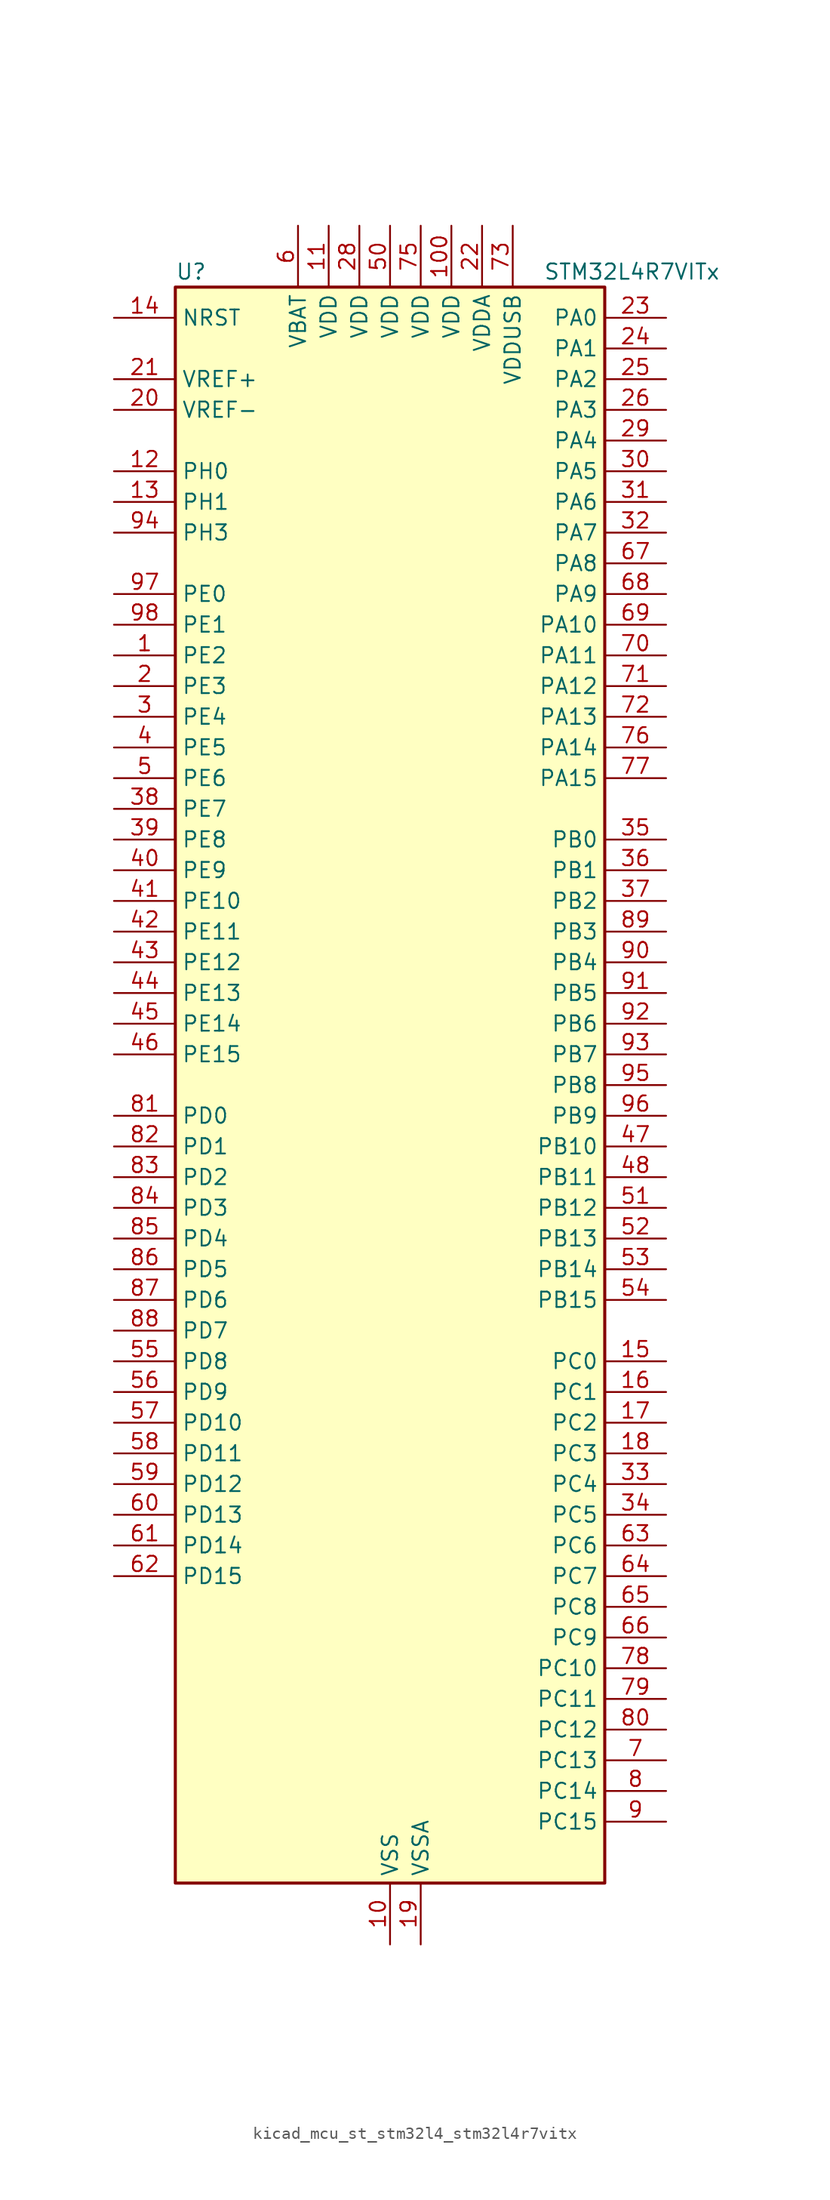
<source format=kicad_sym>
(kicad_symbol_lib
  (version 20220914)
  (generator kicad_symbol_editor)
  (symbol "kicad_mcu_st_stm32l4_stm32l4r7vitx"
    (property "Reference" "U"
      (at -17.78 67.31 0)
      (effects (font (size 1.27 1.27)) (justify left)))
    (property "Value" "STM32L4R7VITx"
      (at 12.7 67.31 0)
      (effects (font (size 1.27 1.27)) (justify left)))
    (property "ki_locked" ""
      (at 0 0 0)
      (effects (font (size 1.27 1.27))))
    (symbol "kicad_mcu_st_stm32l4_stm32l4r7vitx_0_1"
      (rectangle (start -17.78 -66.04) (end 17.78 66.04) (stroke (width 0.254) (type default)) (fill (type background))))
    (symbol "kicad_mcu_st_stm32l4_stm32l4r7vitx_1_1"
      (pin bidirectional line (at -22.86 35.56 0) (length 5.08) (name "PE2" (effects (font (size 1.27 1.27)))) (number "1" (effects (font (size 1.27 1.27)))) (alternate "FMC_A23" bidirectional line) (alternate "LTDC_R0" bidirectional line) (alternate "SAI1_CK1" bidirectional line) (alternate "SAI1_MCLK_A" bidirectional line) (alternate "SYS_TRACECLK" bidirectional line) (alternate "TIM3_ETR" bidirectional line) (alternate "TSC_G7_IO1" bidirectional line))
      (pin power_in line (at 0 -71.12 90) (length 5.08) (name "VSS" (effects (font (size 1.27 1.27)))) (number "10" (effects (font (size 1.27 1.27)))))
      (pin power_in line (at 5.08 71.12 270) (length 5.08) (name "VDD" (effects (font (size 1.27 1.27)))) (number "100" (effects (font (size 1.27 1.27)))))
      (pin power_in line (at -5.08 71.12 270) (length 5.08) (name "VDD" (effects (font (size 1.27 1.27)))) (number "11" (effects (font (size 1.27 1.27)))))
      (pin bidirectional line (at -22.86 50.8 0) (length 5.08) (name "PH0" (effects (font (size 1.27 1.27)))) (number "12" (effects (font (size 1.27 1.27)))) (alternate "RCC_OSC_IN" bidirectional line))
      (pin bidirectional line (at -22.86 48.26 0) (length 5.08) (name "PH1" (effects (font (size 1.27 1.27)))) (number "13" (effects (font (size 1.27 1.27)))) (alternate "RCC_OSC_OUT" bidirectional line))
      (pin input line (at -22.86 63.5 0) (length 5.08) (name "NRST" (effects (font (size 1.27 1.27)))) (number "14" (effects (font (size 1.27 1.27)))))
      (pin bidirectional line (at 22.86 -22.86 180) (length 5.08) (name "PC0" (effects (font (size 1.27 1.27)))) (number "15" (effects (font (size 1.27 1.27)))) (alternate "ADC1_IN1" bidirectional line) (alternate "DFSDM1_DATIN4" bidirectional line) (alternate "I2C3_SCL" bidirectional line) (alternate "LPTIM1_IN1" bidirectional line) (alternate "LPTIM2_IN1" bidirectional line) (alternate "LPUART1_RX" bidirectional line) (alternate "SAI2_FS_A" bidirectional line))
      (pin bidirectional line (at 22.86 -25.4 180) (length 5.08) (name "PC1" (effects (font (size 1.27 1.27)))) (number "16" (effects (font (size 1.27 1.27)))) (alternate "ADC1_IN2" bidirectional line) (alternate "DFSDM1_CKIN4" bidirectional line) (alternate "I2C3_SDA" bidirectional line) (alternate "LPTIM1_OUT" bidirectional line) (alternate "LPUART1_TX" bidirectional line) (alternate "OCTOSPIM_P1_IO4" bidirectional line) (alternate "SAI1_SD_A" bidirectional line) (alternate "SPI2_MOSI" bidirectional line) (alternate "SYS_TRACED0" bidirectional line))
      (pin bidirectional line (at 22.86 -27.94 180) (length 5.08) (name "PC2" (effects (font (size 1.27 1.27)))) (number "17" (effects (font (size 1.27 1.27)))) (alternate "ADC1_IN3" bidirectional line) (alternate "DFSDM1_CKOUT" bidirectional line) (alternate "LPTIM1_IN2" bidirectional line) (alternate "OCTOSPIM_P1_IO5" bidirectional line) (alternate "SPI2_MISO" bidirectional line))
      (pin bidirectional line (at 22.86 -30.48 180) (length 5.08) (name "PC3" (effects (font (size 1.27 1.27)))) (number "18" (effects (font (size 1.27 1.27)))) (alternate "ADC1_IN4" bidirectional line) (alternate "LPTIM1_ETR" bidirectional line) (alternate "LPTIM2_ETR" bidirectional line) (alternate "OCTOSPIM_P1_IO6" bidirectional line) (alternate "SAI1_D1" bidirectional line) (alternate "SAI1_SD_A" bidirectional line) (alternate "SPI2_MOSI" bidirectional line))
      (pin power_in line (at 2.54 -71.12 90) (length 5.08) (name "VSSA" (effects (font (size 1.27 1.27)))) (number "19" (effects (font (size 1.27 1.27)))))
      (pin bidirectional line (at -22.86 33.02 0) (length 5.08) (name "PE3" (effects (font (size 1.27 1.27)))) (number "2" (effects (font (size 1.27 1.27)))) (alternate "FMC_A19" bidirectional line) (alternate "LTDC_R1" bidirectional line) (alternate "OCTOSPIM_P1_DQS" bidirectional line) (alternate "SAI1_SD_B" bidirectional line) (alternate "SYS_TRACED0" bidirectional line) (alternate "TIM3_CH1" bidirectional line) (alternate "TSC_G7_IO2" bidirectional line))
      (pin input line (at -22.86 55.88 0) (length 5.08) (name "VREF-" (effects (font (size 1.27 1.27)))) (number "20" (effects (font (size 1.27 1.27)))))
      (pin input line (at -22.86 58.42 0) (length 5.08) (name "VREF+" (effects (font (size 1.27 1.27)))) (number "21" (effects (font (size 1.27 1.27)))) (alternate "VREFBUF_OUT" bidirectional line))
      (pin power_in line (at 7.62 71.12 270) (length 5.08) (name "VDDA" (effects (font (size 1.27 1.27)))) (number "22" (effects (font (size 1.27 1.27)))))
      (pin bidirectional line (at 22.86 63.5 180) (length 5.08) (name "PA0" (effects (font (size 1.27 1.27)))) (number "23" (effects (font (size 1.27 1.27)))) (alternate "ADC1_IN5" bidirectional line) (alternate "OPAMP1_VINP" bidirectional line) (alternate "RTC_TAMP2" bidirectional line) (alternate "SAI1_EXTCLK" bidirectional line) (alternate "SYS_WKUP1" bidirectional line) (alternate "TIM2_CH1" bidirectional line) (alternate "TIM2_ETR" bidirectional line) (alternate "TIM5_CH1" bidirectional line) (alternate "TIM8_ETR" bidirectional line) (alternate "UART4_TX" bidirectional line) (alternate "USART2_CTS" bidirectional line) (alternate "USART2_NSS" bidirectional line))
      (pin bidirectional line (at 22.86 60.96 180) (length 5.08) (name "PA1" (effects (font (size 1.27 1.27)))) (number "24" (effects (font (size 1.27 1.27)))) (alternate "ADC1_IN6" bidirectional line) (alternate "I2C1_SMBA" bidirectional line) (alternate "OCTOSPIM_P1_DQS" bidirectional line) (alternate "OPAMP1_VINM" bidirectional line) (alternate "SPI1_SCK" bidirectional line) (alternate "TIM15_CH1N" bidirectional line) (alternate "TIM2_CH2" bidirectional line) (alternate "TIM5_CH2" bidirectional line) (alternate "UART4_RX" bidirectional line) (alternate "USART2_DE" bidirectional line) (alternate "USART2_RTS" bidirectional line))
      (pin bidirectional line (at 22.86 58.42 180) (length 5.08) (name "PA2" (effects (font (size 1.27 1.27)))) (number "25" (effects (font (size 1.27 1.27)))) (alternate "ADC1_IN7" bidirectional line) (alternate "LPUART1_TX" bidirectional line) (alternate "OCTOSPIM_P1_NCS" bidirectional line) (alternate "RCC_LSCO" bidirectional line) (alternate "SAI2_EXTCLK" bidirectional line) (alternate "SYS_WKUP4" bidirectional line) (alternate "TIM15_CH1" bidirectional line) (alternate "TIM2_CH3" bidirectional line) (alternate "TIM5_CH3" bidirectional line) (alternate "USART2_TX" bidirectional line))
      (pin bidirectional line (at 22.86 55.88 180) (length 5.08) (name "PA3" (effects (font (size 1.27 1.27)))) (number "26" (effects (font (size 1.27 1.27)))) (alternate "ADC1_IN8" bidirectional line) (alternate "LPUART1_RX" bidirectional line) (alternate "OCTOSPIM_P1_CLK" bidirectional line) (alternate "OPAMP1_VOUT" bidirectional line) (alternate "SAI1_CK1" bidirectional line) (alternate "SAI1_MCLK_A" bidirectional line) (alternate "TIM15_CH2" bidirectional line) (alternate "TIM2_CH4" bidirectional line) (alternate "TIM5_CH4" bidirectional line) (alternate "USART2_RX" bidirectional line))
      (pin passive line (at 0 -71.12 90) (length 5.08) hide (name "VSS" (effects (font (size 1.27 1.27)))) (number "27" (effects (font (size 1.27 1.27)))))
      (pin power_in line (at -2.54 71.12 270) (length 5.08) (name "VDD" (effects (font (size 1.27 1.27)))) (number "28" (effects (font (size 1.27 1.27)))))
      (pin bidirectional line (at 22.86 53.34 180) (length 5.08) (name "PA4" (effects (font (size 1.27 1.27)))) (number "29" (effects (font (size 1.27 1.27)))) (alternate "ADC1_IN9" bidirectional line) (alternate "DAC1_OUT1" bidirectional line) (alternate "DCMI_HSYNC" bidirectional line) (alternate "LPTIM2_OUT" bidirectional line) (alternate "OCTOSPIM_P1_NCS" bidirectional line) (alternate "SAI1_FS_B" bidirectional line) (alternate "SPI1_NSS" bidirectional line) (alternate "SPI3_NSS" bidirectional line) (alternate "USART2_CK" bidirectional line))
      (pin bidirectional line (at -22.86 30.48 0) (length 5.08) (name "PE4" (effects (font (size 1.27 1.27)))) (number "3" (effects (font (size 1.27 1.27)))) (alternate "DCMI_D4" bidirectional line) (alternate "DFSDM1_DATIN3" bidirectional line) (alternate "FMC_A20" bidirectional line) (alternate "LTDC_B0" bidirectional line) (alternate "SAI1_D2" bidirectional line) (alternate "SAI1_FS_A" bidirectional line) (alternate "SYS_TRACED1" bidirectional line) (alternate "TIM3_CH2" bidirectional line) (alternate "TSC_G7_IO3" bidirectional line))
      (pin bidirectional line (at 22.86 50.8 180) (length 5.08) (name "PA5" (effects (font (size 1.27 1.27)))) (number "30" (effects (font (size 1.27 1.27)))) (alternate "ADC1_IN10" bidirectional line) (alternate "DAC1_OUT2" bidirectional line) (alternate "LPTIM2_ETR" bidirectional line) (alternate "SPI1_SCK" bidirectional line) (alternate "TIM2_CH1" bidirectional line) (alternate "TIM2_ETR" bidirectional line) (alternate "TIM8_CH1N" bidirectional line))
      (pin bidirectional line (at 22.86 48.26 180) (length 5.08) (name "PA6" (effects (font (size 1.27 1.27)))) (number "31" (effects (font (size 1.27 1.27)))) (alternate "ADC1_IN11" bidirectional line) (alternate "DCMI_PIXCLK" bidirectional line) (alternate "LPUART1_CTS" bidirectional line) (alternate "OCTOSPIM_P1_IO3" bidirectional line) (alternate "OPAMP2_VINP" bidirectional line) (alternate "SPI1_MISO" bidirectional line) (alternate "TIM16_CH1" bidirectional line) (alternate "TIM1_BKIN" bidirectional line) (alternate "TIM3_CH1" bidirectional line) (alternate "TIM8_BKIN" bidirectional line) (alternate "USART3_CTS" bidirectional line) (alternate "USART3_NSS" bidirectional line))
      (pin bidirectional line (at 22.86 45.72 180) (length 5.08) (name "PA7" (effects (font (size 1.27 1.27)))) (number "32" (effects (font (size 1.27 1.27)))) (alternate "ADC1_IN12" bidirectional line) (alternate "I2C3_SCL" bidirectional line) (alternate "OCTOSPIM_P1_IO2" bidirectional line) (alternate "OPAMP2_VINM" bidirectional line) (alternate "SPI1_MOSI" bidirectional line) (alternate "TIM17_CH1" bidirectional line) (alternate "TIM1_CH1N" bidirectional line) (alternate "TIM3_CH2" bidirectional line) (alternate "TIM8_CH1N" bidirectional line))
      (pin bidirectional line (at 22.86 -33.02 180) (length 5.08) (name "PC4" (effects (font (size 1.27 1.27)))) (number "33" (effects (font (size 1.27 1.27)))) (alternate "ADC1_IN13" bidirectional line) (alternate "COMP1_INM" bidirectional line) (alternate "OCTOSPIM_P1_IO7" bidirectional line) (alternate "USART3_TX" bidirectional line))
      (pin bidirectional line (at 22.86 -35.56 180) (length 5.08) (name "PC5" (effects (font (size 1.27 1.27)))) (number "34" (effects (font (size 1.27 1.27)))) (alternate "ADC1_IN14" bidirectional line) (alternate "COMP1_INP" bidirectional line) (alternate "SAI1_D3" bidirectional line) (alternate "SYS_WKUP5" bidirectional line) (alternate "USART3_RX" bidirectional line))
      (pin bidirectional line (at 22.86 20.32 180) (length 5.08) (name "PB0" (effects (font (size 1.27 1.27)))) (number "35" (effects (font (size 1.27 1.27)))) (alternate "ADC1_IN15" bidirectional line) (alternate "COMP1_OUT" bidirectional line) (alternate "OCTOSPIM_P1_IO1" bidirectional line) (alternate "OPAMP2_VOUT" bidirectional line) (alternate "SAI1_EXTCLK" bidirectional line) (alternate "SPI1_NSS" bidirectional line) (alternate "TIM1_CH2N" bidirectional line) (alternate "TIM3_CH3" bidirectional line) (alternate "TIM8_CH2N" bidirectional line) (alternate "USART3_CK" bidirectional line))
      (pin bidirectional line (at 22.86 17.78 180) (length 5.08) (name "PB1" (effects (font (size 1.27 1.27)))) (number "36" (effects (font (size 1.27 1.27)))) (alternate "ADC1_IN16" bidirectional line) (alternate "COMP1_INM" bidirectional line) (alternate "DFSDM1_DATIN0" bidirectional line) (alternate "LPTIM2_IN1" bidirectional line) (alternate "LPUART1_DE" bidirectional line) (alternate "LPUART1_RTS" bidirectional line) (alternate "OCTOSPIM_P1_IO0" bidirectional line) (alternate "TIM1_CH3N" bidirectional line) (alternate "TIM3_CH4" bidirectional line) (alternate "TIM8_CH3N" bidirectional line) (alternate "USART3_DE" bidirectional line) (alternate "USART3_RTS" bidirectional line))
      (pin bidirectional line (at 22.86 15.24 180) (length 5.08) (name "PB2" (effects (font (size 1.27 1.27)))) (number "37" (effects (font (size 1.27 1.27)))) (alternate "COMP1_INP" bidirectional line) (alternate "DFSDM1_CKIN0" bidirectional line) (alternate "I2C3_SMBA" bidirectional line) (alternate "LPTIM1_OUT" bidirectional line) (alternate "LTDC_B1" bidirectional line) (alternate "OCTOSPIM_P1_DQS" bidirectional line) (alternate "RTC_OUT_ALARM" bidirectional line) (alternate "RTC_OUT_CALIB" bidirectional line))
      (pin bidirectional line (at -22.86 22.86 0) (length 5.08) (name "PE7" (effects (font (size 1.27 1.27)))) (number "38" (effects (font (size 1.27 1.27)))) (alternate "DFSDM1_DATIN2" bidirectional line) (alternate "FMC_D4" bidirectional line) (alternate "FMC_DA4" bidirectional line) (alternate "LTDC_B6" bidirectional line) (alternate "SAI1_SD_B" bidirectional line) (alternate "TIM1_ETR" bidirectional line))
      (pin bidirectional line (at -22.86 20.32 0) (length 5.08) (name "PE8" (effects (font (size 1.27 1.27)))) (number "39" (effects (font (size 1.27 1.27)))) (alternate "DFSDM1_CKIN2" bidirectional line) (alternate "FMC_D5" bidirectional line) (alternate "FMC_DA5" bidirectional line) (alternate "LTDC_B7" bidirectional line) (alternate "SAI1_SCK_B" bidirectional line) (alternate "TIM1_CH1N" bidirectional line))
      (pin bidirectional line (at -22.86 27.94 0) (length 5.08) (name "PE5" (effects (font (size 1.27 1.27)))) (number "4" (effects (font (size 1.27 1.27)))) (alternate "DCMI_D6" bidirectional line) (alternate "DFSDM1_CKIN3" bidirectional line) (alternate "FMC_A21" bidirectional line) (alternate "LTDC_G0" bidirectional line) (alternate "SAI1_CK2" bidirectional line) (alternate "SAI1_SCK_A" bidirectional line) (alternate "SYS_TRACED2" bidirectional line) (alternate "TIM3_CH3" bidirectional line) (alternate "TSC_G7_IO4" bidirectional line))
      (pin bidirectional line (at -22.86 17.78 0) (length 5.08) (name "PE9" (effects (font (size 1.27 1.27)))) (number "40" (effects (font (size 1.27 1.27)))) (alternate "DAC1_EXTI9" bidirectional line) (alternate "DFSDM1_CKOUT" bidirectional line) (alternate "FMC_D6" bidirectional line) (alternate "FMC_DA6" bidirectional line) (alternate "LTDC_G2" bidirectional line) (alternate "SAI1_FS_B" bidirectional line) (alternate "TIM1_CH1" bidirectional line))
      (pin bidirectional line (at -22.86 15.24 0) (length 5.08) (name "PE10" (effects (font (size 1.27 1.27)))) (number "41" (effects (font (size 1.27 1.27)))) (alternate "DFSDM1_DATIN4" bidirectional line) (alternate "FMC_D7" bidirectional line) (alternate "FMC_DA7" bidirectional line) (alternate "LTDC_G3" bidirectional line) (alternate "OCTOSPIM_P1_CLK" bidirectional line) (alternate "SAI1_MCLK_B" bidirectional line) (alternate "TIM1_CH2N" bidirectional line) (alternate "TSC_G5_IO1" bidirectional line))
      (pin bidirectional line (at -22.86 12.7 0) (length 5.08) (name "PE11" (effects (font (size 1.27 1.27)))) (number "42" (effects (font (size 1.27 1.27)))) (alternate "ADC1_EXTI11" bidirectional line) (alternate "DFSDM1_CKIN4" bidirectional line) (alternate "FMC_D8" bidirectional line) (alternate "FMC_DA8" bidirectional line) (alternate "LTDC_G4" bidirectional line) (alternate "OCTOSPIM_P1_NCS" bidirectional line) (alternate "TIM1_CH2" bidirectional line) (alternate "TSC_G5_IO2" bidirectional line))
      (pin bidirectional line (at -22.86 10.16 0) (length 5.08) (name "PE12" (effects (font (size 1.27 1.27)))) (number "43" (effects (font (size 1.27 1.27)))) (alternate "DFSDM1_DATIN5" bidirectional line) (alternate "FMC_D9" bidirectional line) (alternate "FMC_DA9" bidirectional line) (alternate "LTDC_G5" bidirectional line) (alternate "OCTOSPIM_P1_IO0" bidirectional line) (alternate "SPI1_NSS" bidirectional line) (alternate "TIM1_CH3N" bidirectional line) (alternate "TSC_G5_IO3" bidirectional line))
      (pin bidirectional line (at -22.86 7.62 0) (length 5.08) (name "PE13" (effects (font (size 1.27 1.27)))) (number "44" (effects (font (size 1.27 1.27)))) (alternate "DFSDM1_CKIN5" bidirectional line) (alternate "FMC_D10" bidirectional line) (alternate "FMC_DA10" bidirectional line) (alternate "LTDC_G6" bidirectional line) (alternate "OCTOSPIM_P1_IO1" bidirectional line) (alternate "SPI1_SCK" bidirectional line) (alternate "TIM1_CH3" bidirectional line) (alternate "TSC_G5_IO4" bidirectional line))
      (pin bidirectional line (at -22.86 5.08 0) (length 5.08) (name "PE14" (effects (font (size 1.27 1.27)))) (number "45" (effects (font (size 1.27 1.27)))) (alternate "FMC_D11" bidirectional line) (alternate "FMC_DA11" bidirectional line) (alternate "LTDC_G7" bidirectional line) (alternate "OCTOSPIM_P1_IO2" bidirectional line) (alternate "SPI1_MISO" bidirectional line) (alternate "TIM1_BKIN2" bidirectional line) (alternate "TIM1_CH4" bidirectional line))
      (pin bidirectional line (at -22.86 2.54 0) (length 5.08) (name "PE15" (effects (font (size 1.27 1.27)))) (number "46" (effects (font (size 1.27 1.27)))) (alternate "ADC1_EXTI15" bidirectional line) (alternate "FMC_D12" bidirectional line) (alternate "FMC_DA12" bidirectional line) (alternate "LTDC_R2" bidirectional line) (alternate "OCTOSPIM_P1_IO3" bidirectional line) (alternate "SPI1_MOSI" bidirectional line) (alternate "TIM1_BKIN" bidirectional line))
      (pin bidirectional line (at 22.86 -5.08 180) (length 5.08) (name "PB10" (effects (font (size 1.27 1.27)))) (number "47" (effects (font (size 1.27 1.27)))) (alternate "COMP1_OUT" bidirectional line) (alternate "DFSDM1_DATIN7" bidirectional line) (alternate "I2C2_SCL" bidirectional line) (alternate "I2C4_SCL" bidirectional line) (alternate "LPUART1_RX" bidirectional line) (alternate "OCTOSPIM_P1_CLK" bidirectional line) (alternate "SAI1_SCK_A" bidirectional line) (alternate "SPI2_SCK" bidirectional line) (alternate "TIM2_CH3" bidirectional line) (alternate "TSC_SYNC" bidirectional line) (alternate "USART3_TX" bidirectional line))
      (pin bidirectional line (at 22.86 -7.62 180) (length 5.08) (name "PB11" (effects (font (size 1.27 1.27)))) (number "48" (effects (font (size 1.27 1.27)))) (alternate "ADC1_EXTI11" bidirectional line) (alternate "COMP2_OUT" bidirectional line) (alternate "DFSDM1_CKIN7" bidirectional line) (alternate "I2C2_SDA" bidirectional line) (alternate "I2C4_SDA" bidirectional line) (alternate "LPUART1_TX" bidirectional line) (alternate "OCTOSPIM_P1_NCS" bidirectional line) (alternate "TIM2_CH4" bidirectional line) (alternate "USART3_RX" bidirectional line))
      (pin passive line (at 0 -71.12 90) (length 5.08) hide (name "VSS" (effects (font (size 1.27 1.27)))) (number "49" (effects (font (size 1.27 1.27)))))
      (pin bidirectional line (at -22.86 25.4 0) (length 5.08) (name "PE6" (effects (font (size 1.27 1.27)))) (number "5" (effects (font (size 1.27 1.27)))) (alternate "DCMI_D7" bidirectional line) (alternate "FMC_A22" bidirectional line) (alternate "LTDC_G1" bidirectional line) (alternate "RTC_TAMP3" bidirectional line) (alternate "SAI1_D1" bidirectional line) (alternate "SAI1_SD_A" bidirectional line) (alternate "SYS_TRACED3" bidirectional line) (alternate "SYS_WKUP3" bidirectional line) (alternate "TIM3_CH4" bidirectional line))
      (pin power_in line (at 0 71.12 270) (length 5.08) (name "VDD" (effects (font (size 1.27 1.27)))) (number "50" (effects (font (size 1.27 1.27)))))
      (pin bidirectional line (at 22.86 -10.16 180) (length 5.08) (name "PB12" (effects (font (size 1.27 1.27)))) (number "51" (effects (font (size 1.27 1.27)))) (alternate "DFSDM1_DATIN1" bidirectional line) (alternate "I2C2_SMBA" bidirectional line) (alternate "LPUART1_DE" bidirectional line) (alternate "LPUART1_RTS" bidirectional line) (alternate "SAI2_FS_A" bidirectional line) (alternate "SPI2_NSS" bidirectional line) (alternate "TIM15_BKIN" bidirectional line) (alternate "TIM1_BKIN" bidirectional line) (alternate "TSC_G1_IO1" bidirectional line) (alternate "USART3_CK" bidirectional line))
      (pin bidirectional line (at 22.86 -12.7 180) (length 5.08) (name "PB13" (effects (font (size 1.27 1.27)))) (number "52" (effects (font (size 1.27 1.27)))) (alternate "DFSDM1_CKIN1" bidirectional line) (alternate "I2C2_SCL" bidirectional line) (alternate "LPUART1_CTS" bidirectional line) (alternate "SAI2_SCK_A" bidirectional line) (alternate "SPI2_SCK" bidirectional line) (alternate "TIM15_CH1N" bidirectional line) (alternate "TIM1_CH1N" bidirectional line) (alternate "TSC_G1_IO2" bidirectional line) (alternate "USART3_CTS" bidirectional line) (alternate "USART3_NSS" bidirectional line))
      (pin bidirectional line (at 22.86 -15.24 180) (length 5.08) (name "PB14" (effects (font (size 1.27 1.27)))) (number "53" (effects (font (size 1.27 1.27)))) (alternate "DFSDM1_DATIN2" bidirectional line) (alternate "I2C2_SDA" bidirectional line) (alternate "SAI2_MCLK_A" bidirectional line) (alternate "SPI2_MISO" bidirectional line) (alternate "TIM15_CH1" bidirectional line) (alternate "TIM1_CH2N" bidirectional line) (alternate "TIM8_CH2N" bidirectional line) (alternate "TSC_G1_IO3" bidirectional line) (alternate "USART3_DE" bidirectional line) (alternate "USART3_RTS" bidirectional line))
      (pin bidirectional line (at 22.86 -17.78 180) (length 5.08) (name "PB15" (effects (font (size 1.27 1.27)))) (number "54" (effects (font (size 1.27 1.27)))) (alternate "ADC1_EXTI15" bidirectional line) (alternate "DFSDM1_CKIN2" bidirectional line) (alternate "RTC_REFIN" bidirectional line) (alternate "SAI2_SD_A" bidirectional line) (alternate "SPI2_MOSI" bidirectional line) (alternate "TIM15_CH2" bidirectional line) (alternate "TIM1_CH3N" bidirectional line) (alternate "TIM8_CH3N" bidirectional line) (alternate "TSC_G1_IO4" bidirectional line))
      (pin bidirectional line (at -22.86 -22.86 0) (length 5.08) (name "PD8" (effects (font (size 1.27 1.27)))) (number "55" (effects (font (size 1.27 1.27)))) (alternate "DCMI_HSYNC" bidirectional line) (alternate "FMC_D13" bidirectional line) (alternate "FMC_DA13" bidirectional line) (alternate "LTDC_R3" bidirectional line) (alternate "USART3_TX" bidirectional line))
      (pin bidirectional line (at -22.86 -25.4 0) (length 5.08) (name "PD9" (effects (font (size 1.27 1.27)))) (number "56" (effects (font (size 1.27 1.27)))) (alternate "DAC1_EXTI9" bidirectional line) (alternate "DCMI_PIXCLK" bidirectional line) (alternate "FMC_D14" bidirectional line) (alternate "FMC_DA14" bidirectional line) (alternate "LTDC_R4" bidirectional line) (alternate "SAI2_MCLK_A" bidirectional line) (alternate "USART3_RX" bidirectional line))
      (pin bidirectional line (at -22.86 -27.94 0) (length 5.08) (name "PD10" (effects (font (size 1.27 1.27)))) (number "57" (effects (font (size 1.27 1.27)))) (alternate "FMC_D15" bidirectional line) (alternate "FMC_DA15" bidirectional line) (alternate "LTDC_R5" bidirectional line) (alternate "SAI2_SCK_A" bidirectional line) (alternate "TSC_G6_IO1" bidirectional line) (alternate "USART3_CK" bidirectional line))
      (pin bidirectional line (at -22.86 -30.48 0) (length 5.08) (name "PD11" (effects (font (size 1.27 1.27)))) (number "58" (effects (font (size 1.27 1.27)))) (alternate "ADC1_EXTI11" bidirectional line) (alternate "FMC_A16" bidirectional line) (alternate "FMC_CLE" bidirectional line) (alternate "I2C4_SMBA" bidirectional line) (alternate "LPTIM2_ETR" bidirectional line) (alternate "LTDC_R6" bidirectional line) (alternate "SAI2_SD_A" bidirectional line) (alternate "TSC_G6_IO2" bidirectional line) (alternate "USART3_CTS" bidirectional line) (alternate "USART3_NSS" bidirectional line))
      (pin bidirectional line (at -22.86 -33.02 0) (length 5.08) (name "PD12" (effects (font (size 1.27 1.27)))) (number "59" (effects (font (size 1.27 1.27)))) (alternate "FMC_A17" bidirectional line) (alternate "FMC_ALE" bidirectional line) (alternate "I2C4_SCL" bidirectional line) (alternate "LPTIM2_IN1" bidirectional line) (alternate "LTDC_R7" bidirectional line) (alternate "SAI2_FS_A" bidirectional line) (alternate "TIM4_CH1" bidirectional line) (alternate "TSC_G6_IO3" bidirectional line) (alternate "USART3_DE" bidirectional line) (alternate "USART3_RTS" bidirectional line))
      (pin power_in line (at -7.62 71.12 270) (length 5.08) (name "VBAT" (effects (font (size 1.27 1.27)))) (number "6" (effects (font (size 1.27 1.27)))))
      (pin bidirectional line (at -22.86 -35.56 0) (length 5.08) (name "PD13" (effects (font (size 1.27 1.27)))) (number "60" (effects (font (size 1.27 1.27)))) (alternate "FMC_A18" bidirectional line) (alternate "I2C4_SDA" bidirectional line) (alternate "LPTIM2_OUT" bidirectional line) (alternate "TIM4_CH2" bidirectional line) (alternate "TSC_G6_IO4" bidirectional line))
      (pin bidirectional line (at -22.86 -38.1 0) (length 5.08) (name "PD14" (effects (font (size 1.27 1.27)))) (number "61" (effects (font (size 1.27 1.27)))) (alternate "FMC_D0" bidirectional line) (alternate "FMC_DA0" bidirectional line) (alternate "LTDC_B2" bidirectional line) (alternate "TIM4_CH3" bidirectional line))
      (pin bidirectional line (at -22.86 -40.64 0) (length 5.08) (name "PD15" (effects (font (size 1.27 1.27)))) (number "62" (effects (font (size 1.27 1.27)))) (alternate "ADC1_EXTI15" bidirectional line) (alternate "FMC_D1" bidirectional line) (alternate "FMC_DA1" bidirectional line) (alternate "LTDC_B3" bidirectional line) (alternate "TIM4_CH4" bidirectional line))
      (pin bidirectional line (at 22.86 -38.1 180) (length 5.08) (name "PC6" (effects (font (size 1.27 1.27)))) (number "63" (effects (font (size 1.27 1.27)))) (alternate "DCMI_D0" bidirectional line) (alternate "DFSDM1_CKIN3" bidirectional line) (alternate "LTDC_R0" bidirectional line) (alternate "SAI2_MCLK_A" bidirectional line) (alternate "SDMMC1_D0DIR" bidirectional line) (alternate "SDMMC1_D6" bidirectional line) (alternate "TIM3_CH1" bidirectional line) (alternate "TIM8_CH1" bidirectional line) (alternate "TSC_G4_IO1" bidirectional line))
      (pin bidirectional line (at 22.86 -40.64 180) (length 5.08) (name "PC7" (effects (font (size 1.27 1.27)))) (number "64" (effects (font (size 1.27 1.27)))) (alternate "DCMI_D1" bidirectional line) (alternate "DFSDM1_DATIN3" bidirectional line) (alternate "LTDC_R1" bidirectional line) (alternate "SAI2_MCLK_B" bidirectional line) (alternate "SDMMC1_D123DIR" bidirectional line) (alternate "SDMMC1_D7" bidirectional line) (alternate "TIM3_CH2" bidirectional line) (alternate "TIM8_CH2" bidirectional line) (alternate "TSC_G4_IO2" bidirectional line))
      (pin bidirectional line (at 22.86 -43.18 180) (length 5.08) (name "PC8" (effects (font (size 1.27 1.27)))) (number "65" (effects (font (size 1.27 1.27)))) (alternate "DCMI_D2" bidirectional line) (alternate "SDMMC1_D0" bidirectional line) (alternate "TIM3_CH3" bidirectional line) (alternate "TIM8_CH3" bidirectional line) (alternate "TSC_G4_IO3" bidirectional line))
      (pin bidirectional line (at 22.86 -45.72 180) (length 5.08) (name "PC9" (effects (font (size 1.27 1.27)))) (number "66" (effects (font (size 1.27 1.27)))) (alternate "DAC1_EXTI9" bidirectional line) (alternate "DCMI_D3" bidirectional line) (alternate "I2C3_SDA" bidirectional line) (alternate "SAI2_EXTCLK" bidirectional line) (alternate "SDMMC1_D1" bidirectional line) (alternate "SYS_TRACED0" bidirectional line) (alternate "TIM3_CH4" bidirectional line) (alternate "TIM8_BKIN2" bidirectional line) (alternate "TIM8_CH4" bidirectional line) (alternate "TSC_G4_IO4" bidirectional line) (alternate "USB_OTG_FS_NOE" bidirectional line))
      (pin bidirectional line (at 22.86 43.18 180) (length 5.08) (name "PA8" (effects (font (size 1.27 1.27)))) (number "67" (effects (font (size 1.27 1.27)))) (alternate "LPTIM2_OUT" bidirectional line) (alternate "RCC_MCO" bidirectional line) (alternate "SAI1_CK2" bidirectional line) (alternate "SAI1_SCK_A" bidirectional line) (alternate "TIM1_CH1" bidirectional line) (alternate "USART1_CK" bidirectional line) (alternate "USB_OTG_FS_SOF" bidirectional line))
      (pin bidirectional line (at 22.86 40.64 180) (length 5.08) (name "PA9" (effects (font (size 1.27 1.27)))) (number "68" (effects (font (size 1.27 1.27)))) (alternate "DAC1_EXTI9" bidirectional line) (alternate "DCMI_D0" bidirectional line) (alternate "SAI1_FS_A" bidirectional line) (alternate "SPI2_SCK" bidirectional line) (alternate "TIM15_BKIN" bidirectional line) (alternate "TIM1_CH2" bidirectional line) (alternate "USART1_TX" bidirectional line) (alternate "USB_OTG_FS_VBUS" bidirectional line))
      (pin bidirectional line (at 22.86 38.1 180) (length 5.08) (name "PA10" (effects (font (size 1.27 1.27)))) (number "69" (effects (font (size 1.27 1.27)))) (alternate "DCMI_D1" bidirectional line) (alternate "SAI1_D1" bidirectional line) (alternate "SAI1_SD_A" bidirectional line) (alternate "TIM17_BKIN" bidirectional line) (alternate "TIM1_CH3" bidirectional line) (alternate "USART1_RX" bidirectional line) (alternate "USB_OTG_FS_ID" bidirectional line))
      (pin bidirectional line (at 22.86 -55.88 180) (length 5.08) (name "PC13" (effects (font (size 1.27 1.27)))) (number "7" (effects (font (size 1.27 1.27)))) (alternate "RTC_OUT_ALARM" bidirectional line) (alternate "RTC_OUT_CALIB" bidirectional line) (alternate "RTC_TAMP1" bidirectional line) (alternate "RTC_TS" bidirectional line) (alternate "SYS_WKUP2" bidirectional line))
      (pin bidirectional line (at 22.86 35.56 180) (length 5.08) (name "PA11" (effects (font (size 1.27 1.27)))) (number "70" (effects (font (size 1.27 1.27)))) (alternate "ADC1_EXTI11" bidirectional line) (alternate "CAN1_RX" bidirectional line) (alternate "SPI1_MISO" bidirectional line) (alternate "TIM1_BKIN2" bidirectional line) (alternate "TIM1_CH4" bidirectional line) (alternate "USART1_CTS" bidirectional line) (alternate "USART1_NSS" bidirectional line) (alternate "USB_OTG_FS_DM" bidirectional line))
      (pin bidirectional line (at 22.86 33.02 180) (length 5.08) (name "PA12" (effects (font (size 1.27 1.27)))) (number "71" (effects (font (size 1.27 1.27)))) (alternate "CAN1_TX" bidirectional line) (alternate "SPI1_MOSI" bidirectional line) (alternate "TIM1_ETR" bidirectional line) (alternate "USART1_DE" bidirectional line) (alternate "USART1_RTS" bidirectional line) (alternate "USB_OTG_FS_DP" bidirectional line))
      (pin bidirectional line (at 22.86 30.48 180) (length 5.08) (name "PA13" (effects (font (size 1.27 1.27)))) (number "72" (effects (font (size 1.27 1.27)))) (alternate "IR_OUT" bidirectional line) (alternate "SAI1_SD_B" bidirectional line) (alternate "SYS_JTMS-SWDIO" bidirectional line) (alternate "USB_OTG_FS_NOE" bidirectional line))
      (pin power_in line (at 10.16 71.12 270) (length 5.08) (name "VDDUSB" (effects (font (size 1.27 1.27)))) (number "73" (effects (font (size 1.27 1.27)))))
      (pin passive line (at 0 -71.12 90) (length 5.08) hide (name "VSS" (effects (font (size 1.27 1.27)))) (number "74" (effects (font (size 1.27 1.27)))))
      (pin power_in line (at 2.54 71.12 270) (length 5.08) (name "VDD" (effects (font (size 1.27 1.27)))) (number "75" (effects (font (size 1.27 1.27)))))
      (pin bidirectional line (at 22.86 27.94 180) (length 5.08) (name "PA14" (effects (font (size 1.27 1.27)))) (number "76" (effects (font (size 1.27 1.27)))) (alternate "I2C1_SMBA" bidirectional line) (alternate "I2C4_SMBA" bidirectional line) (alternate "LPTIM1_OUT" bidirectional line) (alternate "SAI1_FS_B" bidirectional line) (alternate "SYS_JTCK-SWCLK" bidirectional line) (alternate "USB_OTG_FS_SOF" bidirectional line))
      (pin bidirectional line (at 22.86 25.4 180) (length 5.08) (name "PA15" (effects (font (size 1.27 1.27)))) (number "77" (effects (font (size 1.27 1.27)))) (alternate "ADC1_EXTI15" bidirectional line) (alternate "SAI2_FS_B" bidirectional line) (alternate "SPI1_NSS" bidirectional line) (alternate "SPI3_NSS" bidirectional line) (alternate "SYS_JTDI" bidirectional line) (alternate "TIM2_CH1" bidirectional line) (alternate "TIM2_ETR" bidirectional line) (alternate "TSC_G3_IO1" bidirectional line) (alternate "UART4_DE" bidirectional line) (alternate "UART4_RTS" bidirectional line) (alternate "USART2_RX" bidirectional line) (alternate "USART3_DE" bidirectional line) (alternate "USART3_RTS" bidirectional line))
      (pin bidirectional line (at 22.86 -48.26 180) (length 5.08) (name "PC10" (effects (font (size 1.27 1.27)))) (number "78" (effects (font (size 1.27 1.27)))) (alternate "DCMI_D8" bidirectional line) (alternate "SAI2_SCK_B" bidirectional line) (alternate "SDMMC1_D2" bidirectional line) (alternate "SPI3_SCK" bidirectional line) (alternate "SYS_TRACED1" bidirectional line) (alternate "TSC_G3_IO2" bidirectional line) (alternate "UART4_TX" bidirectional line) (alternate "USART3_TX" bidirectional line))
      (pin bidirectional line (at 22.86 -50.8 180) (length 5.08) (name "PC11" (effects (font (size 1.27 1.27)))) (number "79" (effects (font (size 1.27 1.27)))) (alternate "ADC1_EXTI11" bidirectional line) (alternate "DCMI_D2" bidirectional line) (alternate "DCMI_D4" bidirectional line) (alternate "OCTOSPIM_P1_NCS" bidirectional line) (alternate "SAI2_MCLK_B" bidirectional line) (alternate "SDMMC1_D3" bidirectional line) (alternate "SPI3_MISO" bidirectional line) (alternate "TSC_G3_IO3" bidirectional line) (alternate "UART4_RX" bidirectional line) (alternate "USART3_RX" bidirectional line))
      (pin bidirectional line (at 22.86 -58.42 180) (length 5.08) (name "PC14" (effects (font (size 1.27 1.27)))) (number "8" (effects (font (size 1.27 1.27)))) (alternate "RCC_OSC32_IN" bidirectional line))
      (pin bidirectional line (at 22.86 -53.34 180) (length 5.08) (name "PC12" (effects (font (size 1.27 1.27)))) (number "80" (effects (font (size 1.27 1.27)))) (alternate "DCMI_D9" bidirectional line) (alternate "SAI2_SD_B" bidirectional line) (alternate "SDMMC1_CK" bidirectional line) (alternate "SPI3_MOSI" bidirectional line) (alternate "SYS_TRACED3" bidirectional line) (alternate "TSC_G3_IO4" bidirectional line) (alternate "UART5_TX" bidirectional line) (alternate "USART3_CK" bidirectional line))
      (pin bidirectional line (at -22.86 -2.54 0) (length 5.08) (name "PD0" (effects (font (size 1.27 1.27)))) (number "81" (effects (font (size 1.27 1.27)))) (alternate "CAN1_RX" bidirectional line) (alternate "DFSDM1_DATIN7" bidirectional line) (alternate "FMC_D2" bidirectional line) (alternate "FMC_DA2" bidirectional line) (alternate "LTDC_B4" bidirectional line) (alternate "SPI2_NSS" bidirectional line))
      (pin bidirectional line (at -22.86 -5.08 0) (length 5.08) (name "PD1" (effects (font (size 1.27 1.27)))) (number "82" (effects (font (size 1.27 1.27)))) (alternate "CAN1_TX" bidirectional line) (alternate "DFSDM1_CKIN7" bidirectional line) (alternate "FMC_D3" bidirectional line) (alternate "FMC_DA3" bidirectional line) (alternate "LTDC_B5" bidirectional line) (alternate "SPI2_SCK" bidirectional line))
      (pin bidirectional line (at -22.86 -7.62 0) (length 5.08) (name "PD2" (effects (font (size 1.27 1.27)))) (number "83" (effects (font (size 1.27 1.27)))) (alternate "DCMI_D11" bidirectional line) (alternate "SDMMC1_CMD" bidirectional line) (alternate "SYS_TRACED2" bidirectional line) (alternate "TIM3_ETR" bidirectional line) (alternate "TSC_SYNC" bidirectional line) (alternate "UART5_RX" bidirectional line) (alternate "USART3_DE" bidirectional line) (alternate "USART3_RTS" bidirectional line))
      (pin bidirectional line (at -22.86 -10.16 0) (length 5.08) (name "PD3" (effects (font (size 1.27 1.27)))) (number "84" (effects (font (size 1.27 1.27)))) (alternate "DCMI_D5" bidirectional line) (alternate "DFSDM1_DATIN0" bidirectional line) (alternate "FMC_CLK" bidirectional line) (alternate "LTDC_CLK" bidirectional line) (alternate "OCTOSPIM_P2_NCS" bidirectional line) (alternate "SPI2_MISO" bidirectional line) (alternate "SPI2_SCK" bidirectional line) (alternate "USART2_CTS" bidirectional line) (alternate "USART2_NSS" bidirectional line))
      (pin bidirectional line (at -22.86 -12.7 0) (length 5.08) (name "PD4" (effects (font (size 1.27 1.27)))) (number "85" (effects (font (size 1.27 1.27)))) (alternate "DFSDM1_CKIN0" bidirectional line) (alternate "FMC_NOE" bidirectional line) (alternate "OCTOSPIM_P1_IO4" bidirectional line) (alternate "SPI2_MOSI" bidirectional line) (alternate "USART2_DE" bidirectional line) (alternate "USART2_RTS" bidirectional line))
      (pin bidirectional line (at -22.86 -15.24 0) (length 5.08) (name "PD5" (effects (font (size 1.27 1.27)))) (number "86" (effects (font (size 1.27 1.27)))) (alternate "FMC_NWE" bidirectional line) (alternate "OCTOSPIM_P1_IO5" bidirectional line) (alternate "USART2_TX" bidirectional line))
      (pin bidirectional line (at -22.86 -17.78 0) (length 5.08) (name "PD6" (effects (font (size 1.27 1.27)))) (number "87" (effects (font (size 1.27 1.27)))) (alternate "DCMI_D10" bidirectional line) (alternate "DFSDM1_DATIN1" bidirectional line) (alternate "FMC_NWAIT" bidirectional line) (alternate "LTDC_DE" bidirectional line) (alternate "OCTOSPIM_P1_IO6" bidirectional line) (alternate "SAI1_D1" bidirectional line) (alternate "SAI1_SD_A" bidirectional line) (alternate "SPI3_MOSI" bidirectional line) (alternate "USART2_RX" bidirectional line))
      (pin bidirectional line (at -22.86 -20.32 0) (length 5.08) (name "PD7" (effects (font (size 1.27 1.27)))) (number "88" (effects (font (size 1.27 1.27)))) (alternate "DFSDM1_CKIN1" bidirectional line) (alternate "FMC_NCE" bidirectional line) (alternate "FMC_NE1" bidirectional line) (alternate "OCTOSPIM_P1_IO7" bidirectional line) (alternate "USART2_CK" bidirectional line))
      (pin bidirectional line (at 22.86 12.7 180) (length 5.08) (name "PB3" (effects (font (size 1.27 1.27)))) (number "89" (effects (font (size 1.27 1.27)))) (alternate "COMP2_INM" bidirectional line) (alternate "CRS_SYNC" bidirectional line) (alternate "SAI1_SCK_B" bidirectional line) (alternate "SPI1_SCK" bidirectional line) (alternate "SPI3_SCK" bidirectional line) (alternate "SYS_JTDO-SWO" bidirectional line) (alternate "TIM2_CH2" bidirectional line) (alternate "USART1_DE" bidirectional line) (alternate "USART1_RTS" bidirectional line))
      (pin bidirectional line (at 22.86 -60.96 180) (length 5.08) (name "PC15" (effects (font (size 1.27 1.27)))) (number "9" (effects (font (size 1.27 1.27)))) (alternate "ADC1_EXTI15" bidirectional line) (alternate "RCC_OSC32_OUT" bidirectional line))
      (pin bidirectional line (at 22.86 10.16 180) (length 5.08) (name "PB4" (effects (font (size 1.27 1.27)))) (number "90" (effects (font (size 1.27 1.27)))) (alternate "COMP2_INP" bidirectional line) (alternate "DCMI_D12" bidirectional line) (alternate "I2C3_SDA" bidirectional line) (alternate "SAI1_MCLK_B" bidirectional line) (alternate "SPI1_MISO" bidirectional line) (alternate "SPI3_MISO" bidirectional line) (alternate "SYS_JTRST" bidirectional line) (alternate "TIM17_BKIN" bidirectional line) (alternate "TIM3_CH1" bidirectional line) (alternate "TSC_G2_IO1" bidirectional line) (alternate "UART5_DE" bidirectional line) (alternate "UART5_RTS" bidirectional line) (alternate "USART1_CTS" bidirectional line) (alternate "USART1_NSS" bidirectional line))
      (pin bidirectional line (at 22.86 7.62 180) (length 5.08) (name "PB5" (effects (font (size 1.27 1.27)))) (number "91" (effects (font (size 1.27 1.27)))) (alternate "COMP2_OUT" bidirectional line) (alternate "DCMI_D10" bidirectional line) (alternate "I2C1_SMBA" bidirectional line) (alternate "LPTIM1_IN1" bidirectional line) (alternate "SAI1_SD_B" bidirectional line) (alternate "SPI1_MOSI" bidirectional line) (alternate "SPI3_MOSI" bidirectional line) (alternate "TIM16_BKIN" bidirectional line) (alternate "TIM3_CH2" bidirectional line) (alternate "TSC_G2_IO2" bidirectional line) (alternate "UART5_CTS" bidirectional line) (alternate "USART1_CK" bidirectional line))
      (pin bidirectional line (at 22.86 5.08 180) (length 5.08) (name "PB6" (effects (font (size 1.27 1.27)))) (number "92" (effects (font (size 1.27 1.27)))) (alternate "COMP2_INP" bidirectional line) (alternate "DCMI_D5" bidirectional line) (alternate "DFSDM1_DATIN5" bidirectional line) (alternate "I2C1_SCL" bidirectional line) (alternate "I2C4_SCL" bidirectional line) (alternate "LPTIM1_ETR" bidirectional line) (alternate "SAI1_FS_B" bidirectional line) (alternate "TIM16_CH1N" bidirectional line) (alternate "TIM4_CH1" bidirectional line) (alternate "TIM8_BKIN2" bidirectional line) (alternate "TSC_G2_IO3" bidirectional line) (alternate "USART1_TX" bidirectional line))
      (pin bidirectional line (at 22.86 2.54 180) (length 5.08) (name "PB7" (effects (font (size 1.27 1.27)))) (number "93" (effects (font (size 1.27 1.27)))) (alternate "COMP2_INM" bidirectional line) (alternate "DCMI_VSYNC" bidirectional line) (alternate "DFSDM1_CKIN5" bidirectional line) (alternate "FMC_NL" bidirectional line) (alternate "I2C1_SDA" bidirectional line) (alternate "I2C4_SDA" bidirectional line) (alternate "LPTIM1_IN2" bidirectional line) (alternate "SYS_PVD_IN" bidirectional line) (alternate "TIM17_CH1N" bidirectional line) (alternate "TIM4_CH2" bidirectional line) (alternate "TIM8_BKIN" bidirectional line) (alternate "TSC_G2_IO4" bidirectional line) (alternate "UART4_CTS" bidirectional line) (alternate "USART1_RX" bidirectional line))
      (pin bidirectional line (at -22.86 45.72 0) (length 5.08) (name "PH3" (effects (font (size 1.27 1.27)))) (number "94" (effects (font (size 1.27 1.27)))))
      (pin bidirectional line (at 22.86 0 180) (length 5.08) (name "PB8" (effects (font (size 1.27 1.27)))) (number "95" (effects (font (size 1.27 1.27)))) (alternate "CAN1_RX" bidirectional line) (alternate "DCMI_D6" bidirectional line) (alternate "DFSDM1_CKOUT" bidirectional line) (alternate "DFSDM1_DATIN6" bidirectional line) (alternate "I2C1_SCL" bidirectional line) (alternate "LTDC_B1" bidirectional line) (alternate "SAI1_CK1" bidirectional line) (alternate "SAI1_MCLK_A" bidirectional line) (alternate "SDMMC1_CKIN" bidirectional line) (alternate "SDMMC1_D4" bidirectional line) (alternate "TIM16_CH1" bidirectional line) (alternate "TIM4_CH3" bidirectional line))
      (pin bidirectional line (at 22.86 -2.54 180) (length 5.08) (name "PB9" (effects (font (size 1.27 1.27)))) (number "96" (effects (font (size 1.27 1.27)))) (alternate "CAN1_TX" bidirectional line) (alternate "DAC1_EXTI9" bidirectional line) (alternate "DCMI_D7" bidirectional line) (alternate "DFSDM1_CKIN6" bidirectional line) (alternate "I2C1_SDA" bidirectional line) (alternate "IR_OUT" bidirectional line) (alternate "SAI1_D2" bidirectional line) (alternate "SAI1_FS_A" bidirectional line) (alternate "SDMMC1_CDIR" bidirectional line) (alternate "SDMMC1_D5" bidirectional line) (alternate "SPI2_NSS" bidirectional line) (alternate "TIM17_CH1" bidirectional line) (alternate "TIM4_CH4" bidirectional line))
      (pin bidirectional line (at -22.86 40.64 0) (length 5.08) (name "PE0" (effects (font (size 1.27 1.27)))) (number "97" (effects (font (size 1.27 1.27)))) (alternate "DCMI_D2" bidirectional line) (alternate "FMC_NBL0" bidirectional line) (alternate "LTDC_HSYNC" bidirectional line) (alternate "TIM16_CH1" bidirectional line) (alternate "TIM4_ETR" bidirectional line))
      (pin bidirectional line (at -22.86 38.1 0) (length 5.08) (name "PE1" (effects (font (size 1.27 1.27)))) (number "98" (effects (font (size 1.27 1.27)))) (alternate "DCMI_D3" bidirectional line) (alternate "FMC_NBL1" bidirectional line) (alternate "LTDC_VSYNC" bidirectional line) (alternate "TIM17_CH1" bidirectional line))
      (pin passive line (at 0 -71.12 90) (length 5.08) hide (name "VSS" (effects (font (size 1.27 1.27)))) (number "99" (effects (font (size 1.27 1.27))))))))
</source>
